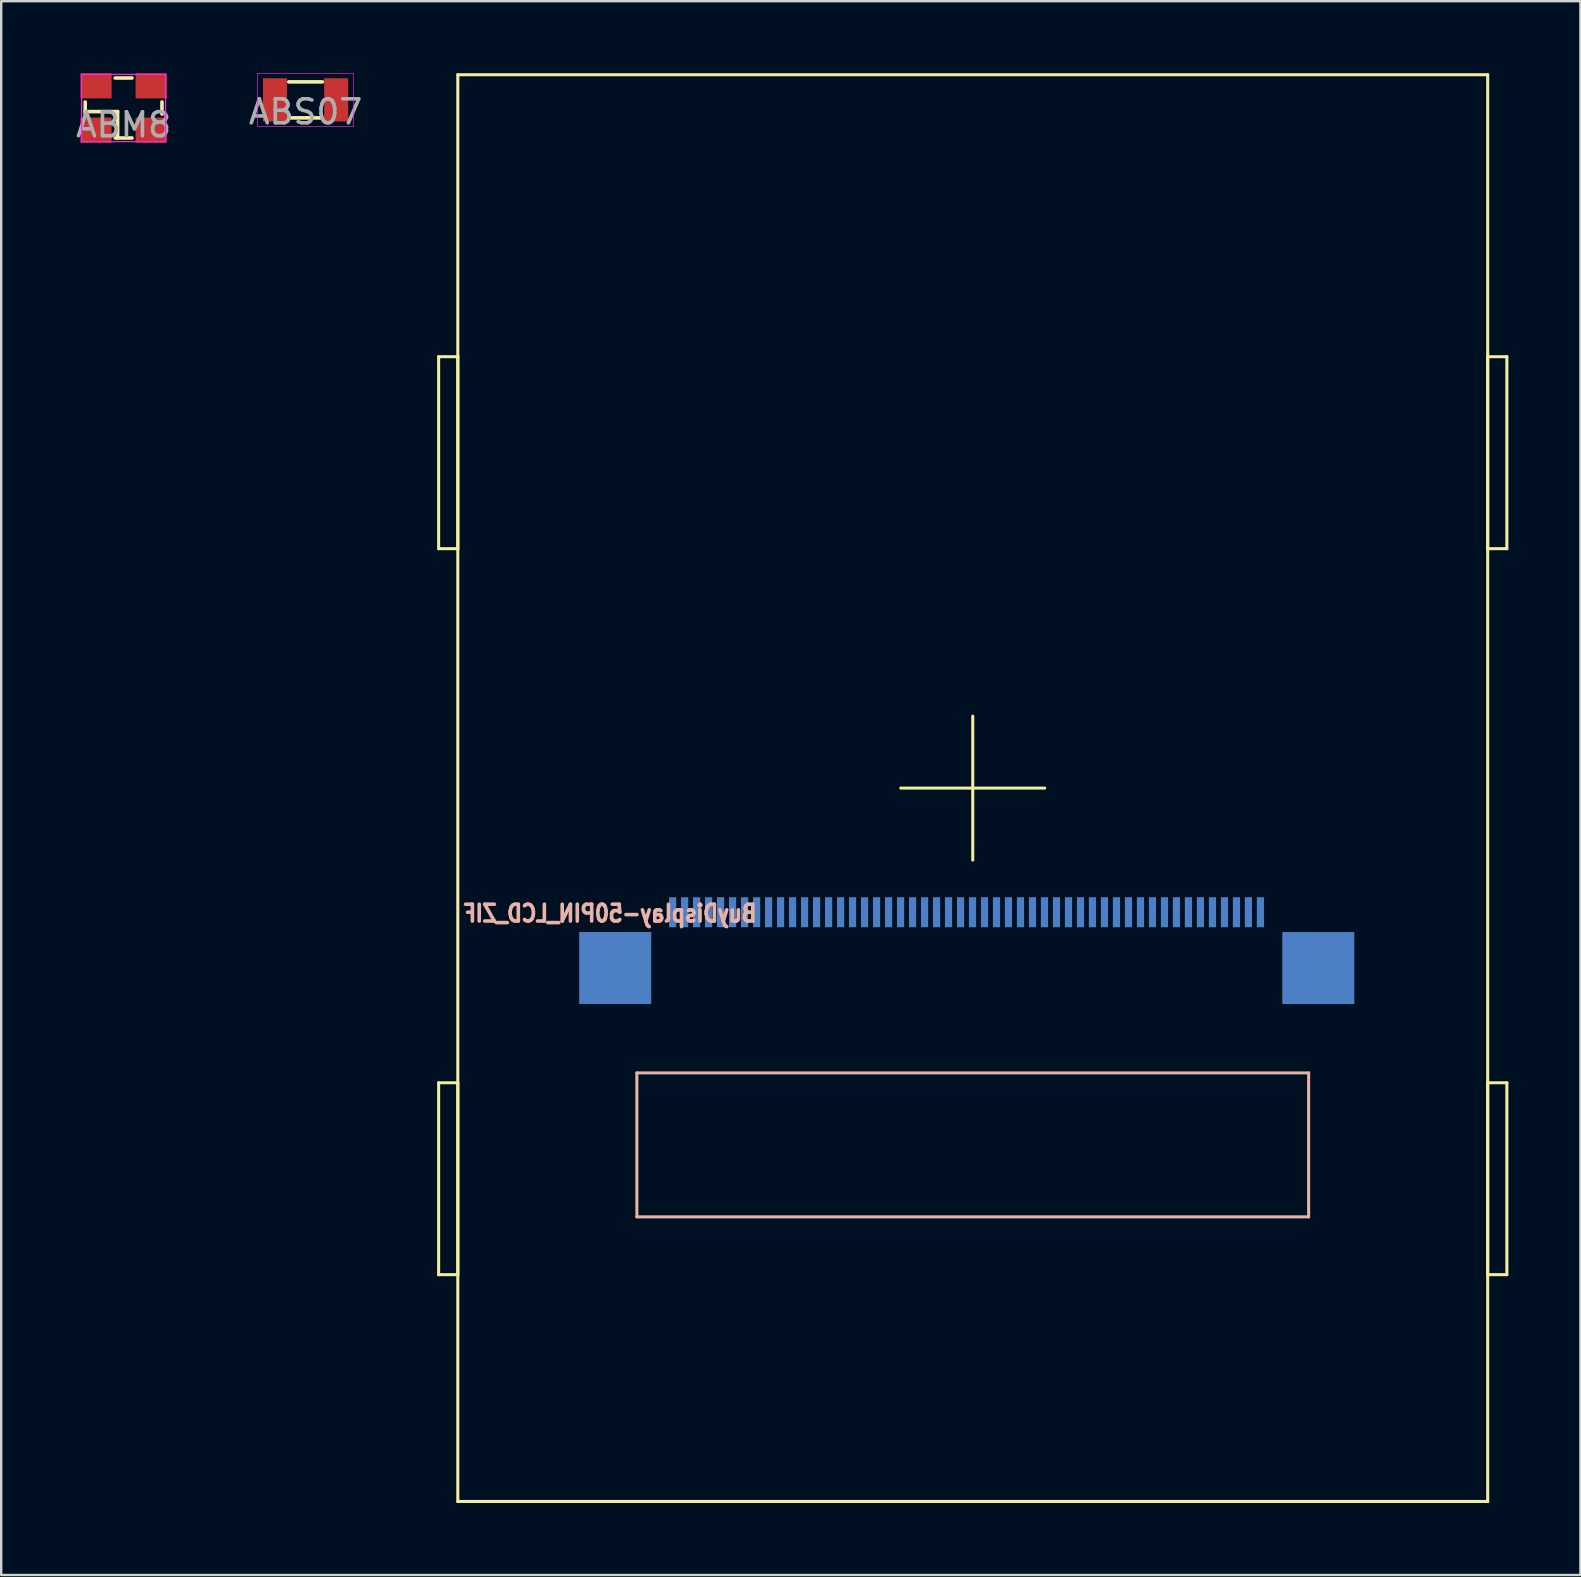
<source format=kicad_pcb>
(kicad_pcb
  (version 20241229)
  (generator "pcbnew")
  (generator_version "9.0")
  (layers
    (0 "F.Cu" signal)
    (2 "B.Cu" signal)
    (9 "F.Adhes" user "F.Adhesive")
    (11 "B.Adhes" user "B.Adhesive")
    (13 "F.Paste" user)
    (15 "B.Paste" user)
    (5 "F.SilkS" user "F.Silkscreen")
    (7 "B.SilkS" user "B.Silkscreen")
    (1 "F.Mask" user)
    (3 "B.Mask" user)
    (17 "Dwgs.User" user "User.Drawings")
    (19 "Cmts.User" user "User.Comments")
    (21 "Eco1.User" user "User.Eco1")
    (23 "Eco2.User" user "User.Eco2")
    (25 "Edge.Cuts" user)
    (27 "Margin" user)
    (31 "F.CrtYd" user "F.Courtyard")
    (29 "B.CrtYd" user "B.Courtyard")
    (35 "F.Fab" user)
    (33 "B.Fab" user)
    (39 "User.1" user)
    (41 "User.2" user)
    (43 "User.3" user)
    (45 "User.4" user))
  (footprint "ABM8"
    (layer "F.Cu")
    (at 2.101 1.45)
    (property "Reference" "ABM8" (at 0 0.7 0) (layer "F.Fab") (effects (font (size 1 1) (thickness 0.15))))
    (attr smd)
    (fp_line (start -1.6 -0.25) (end -1.6 0.25) (stroke (width 0.15) (type solid)) (layer "F.SilkS"))
    (fp_line (start -1.6 0.15) (end -0.25 0.15) (stroke (width 0.15) (type solid)) (layer "F.SilkS"))
    (fp_line (start -0.35 1.25) (end 0.35 1.25) (stroke (width 0.15) (type solid)) (layer "F.SilkS"))
    (fp_line (start -0.25 0.15) (end -0.25 1.25) (stroke (width 0.15) (type solid)) (layer "F.SilkS"))
    (fp_line (start 0.35 -1.25) (end -0.35 -1.25) (stroke (width 0.15) (type solid)) (layer "F.SilkS"))
    (fp_line (start 1.6 0.25) (end 1.6 -0.25) (stroke (width 0.15) (type solid)) (layer "F.SilkS"))
    (fp_line (start -1.75 -1.4) (end 1.75 -1.4) (stroke (width 0.05) (type solid)) (layer "F.CrtYd"))
    (fp_line (start -1.75 1.4) (end -1.75 -1.4) (stroke (width 0.05) (type solid)) (layer "F.CrtYd"))
    (fp_line (start 1.75 -1.4) (end 1.75 1.4) (stroke (width 0.05) (type solid)) (layer "F.CrtYd"))
    (fp_line (start 1.75 1.4) (end -1.75 1.4) (stroke (width 0.05) (type solid)) (layer "F.CrtYd"))
    (pad "1" smd rect (at -1.15 0.925) (size 1.3 1.05) (layers "F.Cu" "F.Mask" "F.Paste"))
    (pad "2" smd rect (at 1.15 -0.925) (size 1.3 1.05) (layers "F.Cu" "F.Mask" "F.Paste"))
    (pad "GND" smd rect (at -1.15 -0.925) (size 1.3 1.05) (layers "F.Cu" "F.Mask" "F.Paste"))
    (pad "GND" smd rect (at 1.15 0.925) (size 1.3 1.05) (layers "F.Cu" "F.Mask" "F.Paste")))
  (footprint "BuyDisplay-50PIN_LCD_ZIF"
    (layer "F.Cu")
    (at 37.489 29.794)
    (property "Reference" "BuyDisplay-50PIN_LCD_ZIF" (at -15.124 5.223 180) (layer "B.SilkS") (effects (font (size 0.7 0.6) (thickness 0.15)) (justify mirror)))
    (attr smd)
    (fp_line (start -22.259 -17.979) (end -21.459 -17.979) (stroke (width 0.127) (type solid)) (layer "F.SilkS"))
    (fp_line (start -22.259 -9.978) (end -22.259 -17.979) (stroke (width 0.127) (type solid)) (layer "F.SilkS"))
    (fp_line (start -22.259 12.28) (end -22.259 20.278) (stroke (width 0.127) (type solid)) (layer "F.SilkS"))
    (fp_line (start -22.259 20.278) (end -21.459 20.278) (stroke (width 0.127) (type solid)) (layer "F.SilkS"))
    (fp_line (start -21.46 -29.73) (end 21.46 -29.73) (stroke (width 0.127) (type solid)) (layer "F.SilkS"))
    (fp_line (start -21.46 29.73) (end -21.46 -29.73) (stroke (width 0.127) (type solid)) (layer "F.SilkS"))
    (fp_line (start -21.459 -9.978) (end -22.259 -9.978) (stroke (width 0.127) (type solid)) (layer "F.SilkS"))
    (fp_line (start -21.459 -9.978) (end -21.459 -17.979) (stroke (width 0.127) (type solid)) (layer "F.SilkS"))
    (fp_line (start -21.459 12.28) (end -22.259 12.28) (stroke (width 0.127) (type solid)) (layer "F.SilkS"))
    (fp_line (start -21.459 20.278) (end -21.459 12.28) (stroke (width 0.127) (type solid)) (layer "F.SilkS"))
    (fp_line (start -3 0) (end 3 0) (stroke (width 0.127) (type solid)) (layer "F.SilkS"))
    (fp_line (start 0 -3) (end 0 3) (stroke (width 0.127) (type solid)) (layer "F.SilkS"))
    (fp_line (start 21.459 -17.979) (end 21.459 -9.978) (stroke (width 0.127) (type solid)) (layer "F.SilkS"))
    (fp_line (start 21.459 -17.979) (end 22.259 -17.979) (stroke (width 0.127) (type solid)) (layer "F.SilkS"))
    (fp_line (start 21.459 12.28) (end 21.459 20.278) (stroke (width 0.127) (type solid)) (layer "F.SilkS"))
    (fp_line (start 21.459 12.28) (end 22.259 12.28) (stroke (width 0.127) (type solid)) (layer "F.SilkS"))
    (fp_line (start 21.46 -29.73) (end 21.46 29.73) (stroke (width 0.127) (type solid)) (layer "F.SilkS"))
    (fp_line (start 21.46 29.73) (end -21.46 29.73) (stroke (width 0.127) (type solid)) (layer "F.SilkS"))
    (fp_line (start 22.259 -17.979) (end 22.259 -9.978) (stroke (width 0.127) (type solid)) (layer "F.SilkS"))
    (fp_line (start 22.259 -9.978) (end 21.459 -9.978) (stroke (width 0.127) (type solid)) (layer "F.SilkS"))
    (fp_line (start 22.259 12.28) (end 22.259 20.278) (stroke (width 0.127) (type solid)) (layer "F.SilkS"))
    (fp_line (start 22.259 20.278) (end 21.459 20.278) (stroke (width 0.127) (type solid)) (layer "F.SilkS"))
    (fp_line (start -13.998 17.869) (end -13.998 11.869) (stroke (width 0.127) (type solid)) (layer "B.SilkS"))
    (fp_line (start 13.998 11.869) (end -13.998 11.869) (stroke (width 0.127) (type solid)) (layer "B.SilkS"))
    (fp_line (start 13.998 11.869) (end 13.998 17.869) (stroke (width 0.127) (type solid)) (layer "B.SilkS"))
    (fp_line (start 13.998 17.869) (end -13.998 17.869) (stroke (width 0.127) (type solid)) (layer "B.SilkS"))
    (pad "1" smd rect (at 11.989 5.173 90) (size 1.25 0.3) (layers "B.Cu" "B.Mask" "B.Paste"))
    (pad "2" smd rect (at 11.488 5.173 90) (size 1.25 0.3) (layers "B.Cu" "B.Mask" "B.Paste"))
    (pad "3" smd rect (at 10.99 5.173 90) (size 1.25 0.3) (layers "B.Cu" "B.Mask" "B.Paste"))
    (pad "4" smd rect (at 10.49 5.173 90) (size 1.25 0.3) (layers "B.Cu" "B.Mask" "B.Paste"))
    (pad "5" smd rect (at 9.99 5.173 90) (size 1.25 0.3) (layers "B.Cu" "B.Mask" "B.Paste"))
    (pad "6" smd rect (at 9.489 5.173 90) (size 1.25 0.3) (layers "B.Cu" "B.Mask" "B.Paste"))
    (pad "7" smd rect (at 8.989 5.173 90) (size 1.25 0.3) (layers "B.Cu" "B.Mask" "B.Paste"))
    (pad "8" smd rect (at 8.488 5.173 90) (size 1.25 0.3) (layers "B.Cu" "B.Mask" "B.Paste"))
    (pad "9" smd rect (at 7.991 5.173 90) (size 1.25 0.3) (layers "B.Cu" "B.Mask" "B.Paste"))
    (pad "10" smd rect (at 7.49 5.173 270) (size 1.25 0.3) (layers "B.Cu" "B.Mask" "B.Paste"))
    (pad "11" smd rect (at 6.99 5.173 270) (size 1.25 0.3) (layers "B.Cu" "B.Mask" "B.Paste"))
    (pad "12" smd rect (at 6.489 5.173 270) (size 1.25 0.3) (layers "B.Cu" "B.Mask" "B.Paste"))
    (pad "13" smd rect (at 5.989 5.173 270) (size 1.25 0.3) (layers "B.Cu" "B.Mask" "B.Paste"))
    (pad "14" smd rect (at 5.489 5.173 270) (size 1.25 0.3) (layers "B.Cu" "B.Mask" "B.Paste"))
    (pad "15" smd rect (at 4.988 5.173 270) (size 1.25 0.3) (layers "B.Cu" "B.Mask" "B.Paste"))
    (pad "16" smd rect (at 4.49 5.173 270) (size 1.25 0.3) (layers "B.Cu" "B.Mask" "B.Paste"))
    (pad "17" smd rect (at 3.99 5.173 270) (size 1.25 0.3) (layers "B.Cu" "B.Mask" "B.Paste"))
    (pad "18" smd rect (at 3.49 5.173 270) (size 1.25 0.3) (layers "B.Cu" "B.Mask" "B.Paste"))
    (pad "19" smd rect (at 2.989 5.173 270) (size 1.25 0.3) (layers "B.Cu" "B.Mask" "B.Paste"))
    (pad "20" smd rect (at 2.489 5.173 270) (size 1.25 0.3) (layers "B.Cu" "B.Mask" "B.Paste"))
    (pad "21" smd rect (at 1.989 5.173 270) (size 1.25 0.3) (layers "B.Cu" "B.Mask" "B.Paste"))
    (pad "22" smd rect (at 1.488 5.173 270) (size 1.25 0.3) (layers "B.Cu" "B.Mask" "B.Paste"))
    (pad "23" smd rect (at 0.99 5.173 270) (size 1.25 0.3) (layers "B.Cu" "B.Mask" "B.Paste"))
    (pad "24" smd rect (at 0.49 5.173 270) (size 1.25 0.3) (layers "B.Cu" "B.Mask" "B.Paste"))
    (pad "25" smd rect (at -0.01 5.173 270) (size 1.25 0.3) (layers "B.Cu" "B.Mask" "B.Paste"))
    (pad "26" smd rect (at -0.508 5.173 270) (size 1.25 0.3) (layers "B.Cu" "B.Mask" "B.Paste"))
    (pad "27" smd rect (at -1.009 5.173 270) (size 1.25 0.3) (layers "B.Cu" "B.Mask" "B.Paste"))
    (pad "28" smd rect (at -1.509 5.173 270) (size 1.25 0.3) (layers "B.Cu" "B.Mask" "B.Paste"))
    (pad "29" smd rect (at -2.007 5.173 270) (size 1.25 0.3) (layers "B.Cu" "B.Mask" "B.Paste"))
    (pad "30" smd rect (at -2.507 5.173 270) (size 1.25 0.3) (layers "B.Cu" "B.Mask" "B.Paste"))
    (pad "31" smd rect (at -3.008 5.173 270) (size 1.25 0.3) (layers "B.Cu" "B.Mask" "B.Paste"))
    (pad "32" smd rect (at -3.508 5.173 270) (size 1.25 0.3) (layers "B.Cu" "B.Mask" "B.Paste"))
    (pad "33" smd rect (at -4.008 5.173 270) (size 1.25 0.3) (layers "B.Cu" "B.Mask" "B.Paste"))
    (pad "34" smd rect (at -4.509 5.173 270) (size 1.25 0.3) (layers "B.Cu" "B.Mask" "B.Paste"))
    (pad "35" smd rect (at -5.009 5.173 270) (size 1.25 0.3) (layers "B.Cu" "B.Mask" "B.Paste"))
    (pad "36" smd rect (at -5.507 5.173 270) (size 1.25 0.3) (layers "B.Cu" "B.Mask" "B.Paste"))
    (pad "37" smd rect (at -6.007 5.173 270) (size 1.25 0.3) (layers "B.Cu" "B.Mask" "B.Paste"))
    (pad "38" smd rect (at -6.508 5.173 270) (size 1.25 0.3) (layers "B.Cu" "B.Mask" "B.Paste"))
    (pad "39" smd rect (at -7.008 5.173 270) (size 1.25 0.3) (layers "B.Cu" "B.Mask" "B.Paste"))
    (pad "40" smd rect (at -7.509 5.173 270) (size 1.25 0.3) (layers "B.Cu" "B.Mask" "B.Paste"))
    (pad "41" smd rect (at -8.009 5.173 270) (size 1.25 0.3) (layers "B.Cu" "B.Mask" "B.Paste"))
    (pad "42" smd rect (at -8.509 5.173 270) (size 1.25 0.3) (layers "B.Cu" "B.Mask" "B.Paste"))
    (pad "43" smd rect (at -9.007 5.173 270) (size 1.25 0.3) (layers "B.Cu" "B.Mask" "B.Paste"))
    (pad "44" smd rect (at -9.508 5.173 270) (size 1.25 0.3) (layers "B.Cu" "B.Mask" "B.Paste"))
    (pad "45" smd rect (at -10.008 5.173 270) (size 1.25 0.3) (layers "B.Cu" "B.Mask" "B.Paste"))
    (pad "46" smd rect (at -10.508 5.173 270) (size 1.25 0.3) (layers "B.Cu" "B.Mask" "B.Paste"))
    (pad "47" smd rect (at -11.009 5.173 270) (size 1.25 0.3) (layers "B.Cu" "B.Mask" "B.Paste"))
    (pad "48" smd rect (at -11.509 5.173 270) (size 1.25 0.3) (layers "B.Cu" "B.Mask" "B.Paste"))
    (pad "49" smd rect (at -12.007 5.173 270) (size 1.25 0.3) (layers "B.Cu" "B.Mask" "B.Paste"))
    (pad "50" smd rect (at -12.507 5.173 270) (size 1.25 0.3) (layers "B.Cu" "B.Mask" "B.Paste"))
    (pad "PAD1" smd rect (at 14.4 7.5 90) (size 3 3) (layers "B.Cu" "B.Mask" "B.Paste"))
    (pad "PAD2" smd rect (at -14.9 7.497 90) (size 3 3) (layers "B.Cu" "B.Mask" "B.Paste")))
  (footprint "ABS07"
    (layer "F.Cu")
    (at 9.685 1.113)
    (property "Reference" "ABS07" (at 0 0.5 0) (layer "F.Fab") (effects (font (size 1 1) (thickness 0.15))))
    (attr through_hole)
    (fp_line (start -0.7 -0.75) (end 0.7 -0.75) (stroke (width 0.15) (type solid)) (layer "F.SilkS"))
    (fp_line (start 0.7 0.75) (end -0.7 0.75) (stroke (width 0.15) (type solid)) (layer "F.SilkS"))
    (fp_line (start -2 -1.1) (end 2 -1.1) (stroke (width 0.025) (type solid)) (layer "F.CrtYd"))
    (fp_line (start -2 1.1) (end -2 -1.1) (stroke (width 0.025) (type solid)) (layer "F.CrtYd"))
    (fp_line (start 2 -1.1) (end 2 1.1) (stroke (width 0.025) (type solid)) (layer "F.CrtYd"))
    (fp_line (start 2 1.1) (end -2 1.1) (stroke (width 0.025) (type solid)) (layer "F.CrtYd"))
    (pad "1" smd rect (at -1.275 0) (size 1 1.8) (layers "F.Cu" "F.Mask" "F.Paste"))
    (pad "2" smd rect (at 1.275 0) (size 1 1.8) (layers "F.Cu" "F.Mask" "F.Paste")))
  (gr_rect
    (start -3 -3)
    (end 62.812 62.587)
    (stroke (width 0.1) (type default))
    (fill no)
    (layer "Edge.Cuts")))
</source>
